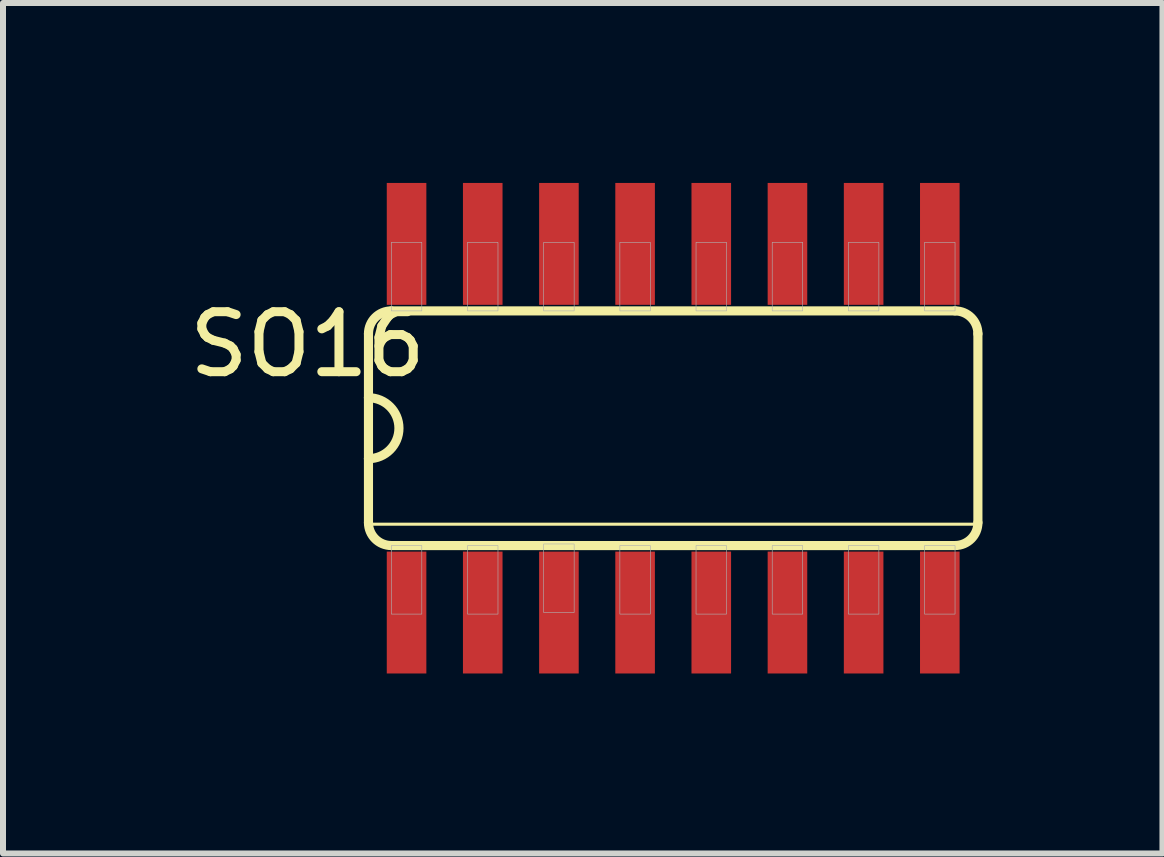
<source format=kicad_pcb>
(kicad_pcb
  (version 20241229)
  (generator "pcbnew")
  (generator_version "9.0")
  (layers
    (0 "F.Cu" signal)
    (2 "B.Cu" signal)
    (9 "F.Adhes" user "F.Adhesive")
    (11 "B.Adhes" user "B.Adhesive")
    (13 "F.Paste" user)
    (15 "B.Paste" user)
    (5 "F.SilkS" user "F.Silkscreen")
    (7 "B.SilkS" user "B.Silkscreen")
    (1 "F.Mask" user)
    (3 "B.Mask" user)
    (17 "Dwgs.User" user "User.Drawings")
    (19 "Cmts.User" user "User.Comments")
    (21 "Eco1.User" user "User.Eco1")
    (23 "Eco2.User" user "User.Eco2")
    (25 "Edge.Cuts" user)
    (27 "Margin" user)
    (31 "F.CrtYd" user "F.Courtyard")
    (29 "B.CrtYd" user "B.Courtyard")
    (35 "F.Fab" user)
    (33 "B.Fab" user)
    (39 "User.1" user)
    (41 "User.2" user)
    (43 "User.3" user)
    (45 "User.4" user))
  (footprint "SO16"
    (layer "F.Cu")
    (at 8.173 4.089)
    (property "Reference" "SO16" (at -6.096 -1.397 180) (layer "F.SilkS") (effects (font (size 1 1) (thickness 0.15))))
    (attr smd)
    (fp_line (start -5.08 -1.575) (end -5.08 -0.508) (stroke (width 0.152) (type solid)) (layer "F.SilkS"))
    (fp_line (start -5.08 -0.508) (end -5.08 0.508) (stroke (width 0.152) (type solid)) (layer "F.SilkS"))
    (fp_line (start -5.08 0.508) (end -5.08 1.575) (stroke (width 0.152) (type solid)) (layer "F.SilkS"))
    (fp_line (start -5.08 1.6) (end 5.08 1.6) (stroke (width 0.051) (type solid)) (layer "F.SilkS"))
    (fp_line (start -4.699 1.956) (end 4.699 1.956) (stroke (width 0.152) (type solid)) (layer "F.SilkS"))
    (fp_line (start 4.699 -1.956) (end -4.699 -1.956) (stroke (width 0.152) (type solid)) (layer "F.SilkS"))
    (fp_line (start 5.08 1.575) (end 5.08 -1.575) (stroke (width 0.152) (type solid)) (layer "F.SilkS"))
    (fp_arc (start -5.08 -1.5748) (mid -4.968408 -1.844208) (end -4.699 -1.9558) (stroke (width 0.1524) (type solid)) (layer "F.SilkS"))
    (fp_arc (start -5.08 -0.508) (mid -4.572 0) (end -5.08 0.508) (stroke (width 0.1524) (type solid)) (layer "F.SilkS"))
    (fp_arc (start -4.699 1.9558) (mid -4.968408 1.844208) (end -5.08 1.5748) (stroke (width 0.1524) (type solid)) (layer "F.SilkS"))
    (fp_arc (start 4.699 -1.9558) (mid 4.968408 -1.844208) (end 5.08 -1.5748) (stroke (width 0.1524) (type solid)) (layer "F.SilkS"))
    (fp_arc (start 5.08 1.5748) (mid 4.968408 1.844208) (end 4.699 1.9558) (stroke (width 0.1524) (type solid)) (layer "F.SilkS"))
    (fp_poly (pts (xy -4.699 -3.099) (xy -4.191 -3.099) (xy -4.191 -1.956) (xy -4.699 -1.956)) (stroke (width 0.01) (type solid)) (fill no) (layer "F.Fab"))
    (fp_poly (pts (xy -4.699 1.956) (xy -4.191 1.956) (xy -4.191 3.099) (xy -4.699 3.099)) (stroke (width 0.01) (type solid)) (fill no) (layer "F.Fab"))
    (fp_poly (pts (xy -3.429 -3.099) (xy -2.921 -3.099) (xy -2.921 -1.956) (xy -3.429 -1.956)) (stroke (width 0.01) (type solid)) (fill no) (layer "F.Fab"))
    (fp_poly (pts (xy -3.429 1.956) (xy -2.921 1.956) (xy -2.921 3.099) (xy -3.429 3.099)) (stroke (width 0.01) (type solid)) (fill no) (layer "F.Fab"))
    (fp_poly (pts (xy -2.159 -3.099) (xy -1.651 -3.099) (xy -1.651 -1.956) (xy -2.159 -1.956)) (stroke (width 0.01) (type solid)) (fill no) (layer "F.Fab"))
    (fp_poly (pts (xy -2.159 1.93) (xy -1.651 1.93) (xy -1.651 3.073) (xy -2.159 3.073)) (stroke (width 0.01) (type solid)) (fill no) (layer "F.Fab"))
    (fp_poly (pts (xy -0.889 -3.099) (xy -0.381 -3.099) (xy -0.381 -1.956) (xy -0.889 -1.956)) (stroke (width 0.01) (type solid)) (fill no) (layer "F.Fab"))
    (fp_poly (pts (xy -0.889 1.956) (xy -0.381 1.956) (xy -0.381 3.099) (xy -0.889 3.099)) (stroke (width 0.01) (type solid)) (fill no) (layer "F.Fab"))
    (fp_poly (pts (xy 0.381 -3.099) (xy 0.889 -3.099) (xy 0.889 -1.956) (xy 0.381 -1.956)) (stroke (width 0.01) (type solid)) (fill no) (layer "F.Fab"))
    (fp_poly (pts (xy 0.381 1.956) (xy 0.889 1.956) (xy 0.889 3.099) (xy 0.381 3.099)) (stroke (width 0.01) (type solid)) (fill no) (layer "F.Fab"))
    (fp_poly (pts (xy 1.651 -3.099) (xy 2.159 -3.099) (xy 2.159 -1.956) (xy 1.651 -1.956)) (stroke (width 0.01) (type solid)) (fill no) (layer "F.Fab"))
    (fp_poly (pts (xy 1.651 1.956) (xy 2.159 1.956) (xy 2.159 3.099) (xy 1.651 3.099)) (stroke (width 0.01) (type solid)) (fill no) (layer "F.Fab"))
    (fp_poly (pts (xy 2.921 -3.099) (xy 3.429 -3.099) (xy 3.429 -1.956) (xy 2.921 -1.956)) (stroke (width 0.01) (type solid)) (fill no) (layer "F.Fab"))
    (fp_poly (pts (xy 2.921 1.956) (xy 3.429 1.956) (xy 3.429 3.099) (xy 2.921 3.099)) (stroke (width 0.01) (type solid)) (fill no) (layer "F.Fab"))
    (fp_poly (pts (xy 4.191 -3.099) (xy 4.699 -3.099) (xy 4.699 -1.956) (xy 4.191 -1.956)) (stroke (width 0.01) (type solid)) (fill no) (layer "F.Fab"))
    (fp_poly (pts (xy 4.191 1.956) (xy 4.699 1.956) (xy 4.699 3.099) (xy 4.191 3.099)) (stroke (width 0.01) (type solid)) (fill no) (layer "F.Fab"))
    (pad "1" smd rect (at -4.445 3.073) (size 0.66 2.032) (layers "F.Cu" "F.Mask" "F.Paste"))
    (pad "2" smd rect (at -3.175 3.073) (size 0.66 2.032) (layers "F.Cu" "F.Mask" "F.Paste"))
    (pad "3" smd rect (at -1.905 3.073) (size 0.66 2.032) (layers "F.Cu" "F.Mask" "F.Paste"))
    (pad "4" smd rect (at -0.635 3.073) (size 0.66 2.032) (layers "F.Cu" "F.Mask" "F.Paste"))
    (pad "5" smd rect (at 0.635 3.073) (size 0.66 2.032) (layers "F.Cu" "F.Mask" "F.Paste"))
    (pad "6" smd rect (at 1.905 3.073) (size 0.66 2.032) (layers "F.Cu" "F.Mask" "F.Paste"))
    (pad "7" smd rect (at 3.175 3.073) (size 0.66 2.032) (layers "F.Cu" "F.Mask" "F.Paste"))
    (pad "8" smd rect (at 4.445 3.073) (size 0.66 2.032) (layers "F.Cu" "F.Mask" "F.Paste"))
    (pad "9" smd rect (at 4.445 -3.073) (size 0.66 2.032) (layers "F.Cu" "F.Mask" "F.Paste"))
    (pad "10" smd rect (at 3.175 -3.073) (size 0.66 2.032) (layers "F.Cu" "F.Mask" "F.Paste"))
    (pad "11" smd rect (at 1.905 -3.073) (size 0.66 2.032) (layers "F.Cu" "F.Mask" "F.Paste"))
    (pad "12" smd rect (at 0.635 -3.073) (size 0.66 2.032) (layers "F.Cu" "F.Mask" "F.Paste"))
    (pad "13" smd rect (at -0.635 -3.073) (size 0.66 2.032) (layers "F.Cu" "F.Mask" "F.Paste"))
    (pad "14" smd rect (at -1.905 -3.073) (size 0.66 2.032) (layers "F.Cu" "F.Mask" "F.Paste"))
    (pad "15" smd rect (at -3.175 -3.073) (size 0.66 2.032) (layers "F.Cu" "F.Mask" "F.Paste"))
    (pad "16" smd rect (at -4.445 -3.073) (size 0.66 2.032) (layers "F.Cu" "F.Mask" "F.Paste")))
  (gr_rect
    (start -3 -3)
    (end 16.33 11.179)
    (stroke (width 0.1) (type default))
    (fill no)
    (layer "Edge.Cuts")))
</source>
